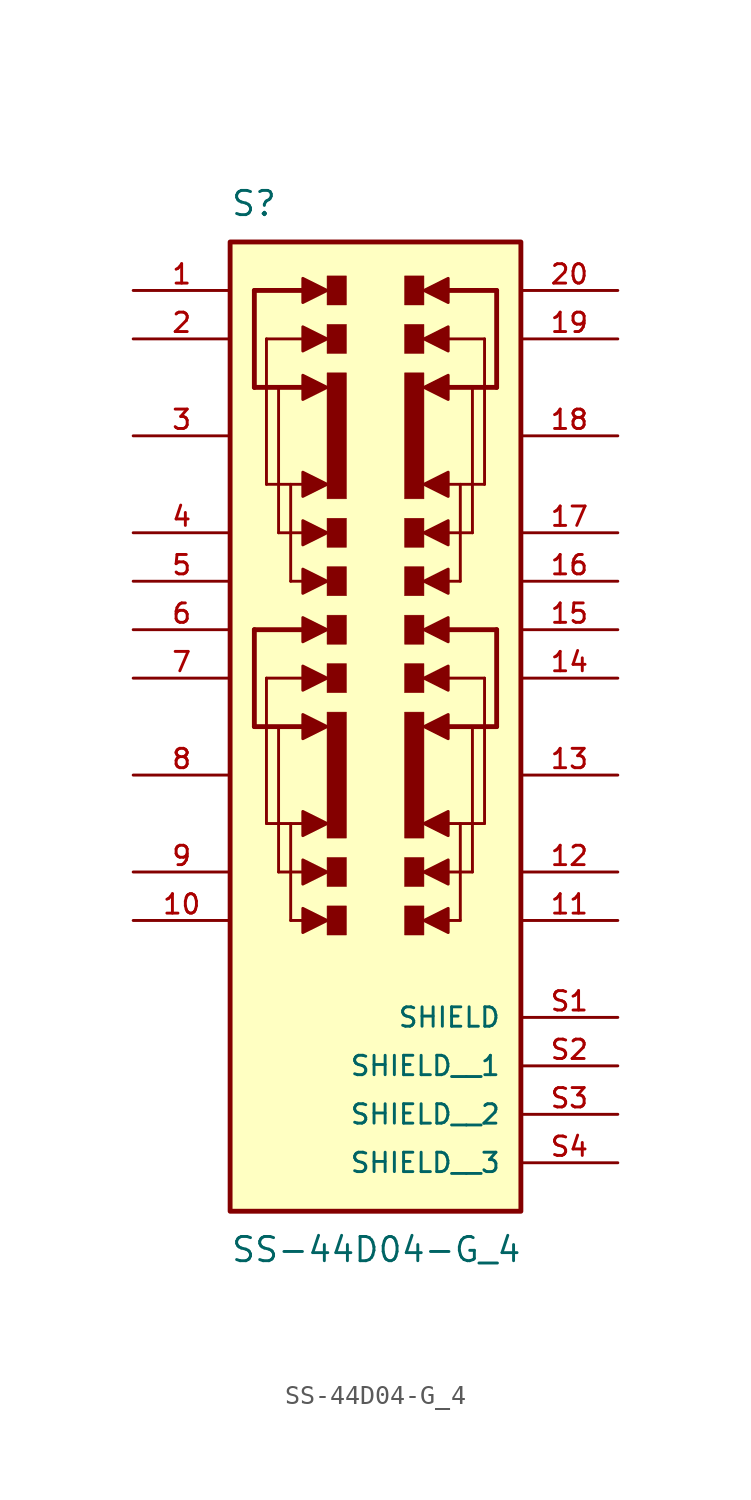
<source format=kicad_sym>
(kicad_symbol_lib
  (version 20211014)
  (generator kicad_symbol_editor)
  (symbol "SS-44D04-G_4"
    (pin_names
      (offset 1.016))
    (property "Reference" "S"
      (at -7.62 21.59 0)
      (effects (font (size 1.27 1.27)) (justify bottom left)))
    (property "Value" "SS-44D04-G_4"
      (at -7.62 -31.75 0)
      (effects (font (size 1.27 1.27)) (justify top left)))
    (symbol "SS-44D04-G_4_0_0"
      (polyline (pts (xy -6.35 12.7) (xy -6.35 17.78)) (stroke (width 0.254)))
      (polyline (pts (xy -6.35 17.78) (xy -3.81 17.78)) (stroke (width 0.254)))
      (polyline (pts (xy -3.81 18.415) (xy -3.81 17.145) (xy -2.54 17.78) (xy -3.81 18.415)) (stroke (width 0.152)) (fill (type outline)))
      (polyline (pts (xy -3.81 15.875) (xy -3.81 14.605) (xy -2.54 15.24) (xy -3.81 15.875)) (stroke (width 0.152)) (fill (type outline)))
      (polyline (pts (xy -6.35 12.7) (xy -3.81 12.7)) (stroke (width 0.254)))
      (polyline (pts (xy -3.81 13.335) (xy -3.81 12.065) (xy -2.54 12.7) (xy -3.81 13.335)) (stroke (width 0.152)) (fill (type outline)))
      (polyline (pts (xy -5.08 12.7) (xy -5.08 5.08)) (stroke (width 0.152)))
      (polyline (pts (xy -5.08 5.08) (xy -3.81 5.08)) (stroke (width 0.152)))
      (polyline (pts (xy -3.81 5.715) (xy -3.81 4.445) (xy -2.54 5.08) (xy -3.81 5.715)) (stroke (width 0.152)) (fill (type outline)))
      (polyline (pts (xy -4.445 7.62) (xy -4.445 2.54)) (stroke (width 0.152)))
      (polyline (pts (xy -4.445 2.54) (xy -3.81 2.54)) (stroke (width 0.152)))
      (polyline (pts (xy -3.81 3.175) (xy -3.81 1.905) (xy -2.54 2.54) (xy -3.81 3.175)) (stroke (width 0.152)) (fill (type outline)))
      (polyline (pts (xy -2.54 13.462) (xy -2.54 6.858) (xy -1.524 6.858) (xy -1.524 13.462) (xy -2.54 13.462)) (stroke (width 0.025)) (fill (type outline)))
      (polyline (pts (xy -5.715 15.24) (xy -3.81 15.24)) (stroke (width 0.152)))
      (polyline (pts (xy -3.81 8.255) (xy -3.81 6.985) (xy -2.54 7.62) (xy -3.81 8.255)) (stroke (width 0.152)) (fill (type outline)))
      (polyline (pts (xy -5.715 15.24) (xy -5.715 7.62)) (stroke (width 0.152)))
      (polyline (pts (xy -5.715 7.62) (xy -3.81 7.62)) (stroke (width 0.152)))
      (polyline (pts (xy -6.35 -5.08) (xy -6.35 0.0)) (stroke (width 0.254)))
      (polyline (pts (xy -6.35 0.0) (xy -3.81 0.0)) (stroke (width 0.254)))
      (polyline (pts (xy -3.81 0.635) (xy -3.81 -0.635) (xy -2.54 0.0) (xy -3.81 0.635)) (stroke (width 0.152)) (fill (type outline)))
      (polyline (pts (xy -3.81 -1.905) (xy -3.81 -3.175) (xy -2.54 -2.54) (xy -3.81 -1.905)) (stroke (width 0.152)) (fill (type outline)))
      (polyline (pts (xy -6.35 -5.08) (xy -3.81 -5.08)) (stroke (width 0.254)))
      (polyline (pts (xy -3.81 -4.445) (xy -3.81 -5.715) (xy -2.54 -5.08) (xy -3.81 -4.445)) (stroke (width 0.152)) (fill (type outline)))
      (polyline (pts (xy -5.08 -5.08) (xy -5.08 -12.7)) (stroke (width 0.152)))
      (polyline (pts (xy -5.08 -12.7) (xy -3.81 -12.7)) (stroke (width 0.152)))
      (polyline (pts (xy -3.81 -12.065) (xy -3.81 -13.335) (xy -2.54 -12.7) (xy -3.81 -12.065)) (stroke (width 0.152)) (fill (type outline)))
      (polyline (pts (xy -4.445 -10.16) (xy -4.445 -15.24)) (stroke (width 0.152)))
      (polyline (pts (xy -4.445 -15.24) (xy -3.81 -15.24)) (stroke (width 0.152)))
      (polyline (pts (xy -3.81 -14.605) (xy -3.81 -15.875) (xy -2.54 -15.24) (xy -3.81 -14.605)) (stroke (width 0.152)) (fill (type outline)))
      (polyline (pts (xy -2.54 -4.318) (xy -2.54 -10.922) (xy -1.524 -10.922) (xy -1.524 -4.318) (xy -2.54 -4.318)) (stroke (width 0.025)) (fill (type outline)))
      (polyline (pts (xy -5.715 -2.54) (xy -3.81 -2.54)) (stroke (width 0.152)))
      (polyline (pts (xy -3.81 -9.525) (xy -3.81 -10.795) (xy -2.54 -10.16) (xy -3.81 -9.525)) (stroke (width 0.152)) (fill (type outline)))
      (polyline (pts (xy -5.715 -2.54) (xy -5.715 -10.16)) (stroke (width 0.152)))
      (polyline (pts (xy -5.715 -10.16) (xy -3.81 -10.16)) (stroke (width 0.152)))
      (polyline (pts (xy 6.35 12.7) (xy 6.35 17.78)) (stroke (width 0.254)))
      (polyline (pts (xy 6.35 17.78) (xy 3.81 17.78)) (stroke (width 0.254)))
      (polyline (pts (xy 6.35 12.7) (xy 3.81 12.7)) (stroke (width 0.254)))
      (polyline (pts (xy 5.08 12.7) (xy 5.08 5.08)) (stroke (width 0.152)))
      (polyline (pts (xy 5.08 5.08) (xy 3.81 5.08)) (stroke (width 0.152)))
      (polyline (pts (xy 4.445 7.62) (xy 4.445 2.54)) (stroke (width 0.152)))
      (polyline (pts (xy 4.445 2.54) (xy 3.81 2.54)) (stroke (width 0.152)))
      (polyline (pts (xy 5.715 15.24) (xy 3.81 15.24)) (stroke (width 0.152)))
      (polyline (pts (xy 5.715 15.24) (xy 5.715 7.62)) (stroke (width 0.152)))
      (polyline (pts (xy 5.715 7.62) (xy 3.81 7.62)) (stroke (width 0.152)))
      (polyline (pts (xy 6.35 -5.08) (xy 6.35 0.0)) (stroke (width 0.254)))
      (polyline (pts (xy 6.35 0.0) (xy 3.81 0.0)) (stroke (width 0.254)))
      (polyline (pts (xy 6.35 -5.08) (xy 3.81 -5.08)) (stroke (width 0.254)))
      (polyline (pts (xy 5.08 -5.08) (xy 5.08 -12.7)) (stroke (width 0.152)))
      (polyline (pts (xy 5.08 -12.7) (xy 3.81 -12.7)) (stroke (width 0.152)))
      (polyline (pts (xy 4.445 -10.16) (xy 4.445 -15.24)) (stroke (width 0.152)))
      (polyline (pts (xy 4.445 -15.24) (xy 3.81 -15.24)) (stroke (width 0.152)))
      (polyline (pts (xy 5.715 -2.54) (xy 3.81 -2.54)) (stroke (width 0.152)))
      (polyline (pts (xy 5.715 -2.54) (xy 5.715 -10.16)) (stroke (width 0.152)))
      (polyline (pts (xy 5.715 -10.16) (xy 3.81 -10.16)) (stroke (width 0.152)))
      (polyline (pts (xy -2.54 18.542) (xy -2.54 17.018) (xy -1.524 17.018) (xy -1.524 18.542) (xy -2.54 18.542)) (stroke (width 0.025)) (fill (type outline)))
      (polyline (pts (xy -2.54 16.002) (xy -2.54 14.478) (xy -1.524 14.478) (xy -1.524 16.002) (xy -2.54 16.002)) (stroke (width 0.025)) (fill (type outline)))
      (polyline (pts (xy -2.54 5.842) (xy -2.54 4.318) (xy -1.524 4.318) (xy -1.524 5.842) (xy -2.54 5.842)) (stroke (width 0.025)) (fill (type outline)))
      (polyline (pts (xy -2.54 3.302) (xy -2.54 1.778) (xy -1.524 1.778) (xy -1.524 3.302) (xy -2.54 3.302)) (stroke (width 0.025)) (fill (type outline)))
      (polyline (pts (xy -2.54 0.762) (xy -2.54 -0.762) (xy -1.524 -0.762) (xy -1.524 0.762) (xy -2.54 0.762)) (stroke (width 0.025)) (fill (type outline)))
      (polyline (pts (xy -2.54 -1.778) (xy -2.54 -3.302) (xy -1.524 -3.302) (xy -1.524 -1.778) (xy -2.54 -1.778)) (stroke (width 0.025)) (fill (type outline)))
      (polyline (pts (xy -2.54 -11.938) (xy -2.54 -13.462) (xy -1.524 -13.462) (xy -1.524 -11.938) (xy -2.54 -11.938)) (stroke (width 0.025)) (fill (type outline)))
      (polyline (pts (xy -2.54 -14.478) (xy -2.54 -16.002) (xy -1.524 -16.002) (xy -1.524 -14.478) (xy -2.54 -14.478)) (stroke (width 0.025)) (fill (type outline)))
      (polyline (pts (xy 3.81 18.415) (xy 3.81 17.145) (xy 2.54 17.78) (xy 3.81 18.415)) (stroke (width 0.152)) (fill (type outline)))
      (polyline (pts (xy 3.81 15.875) (xy 3.81 14.605) (xy 2.54 15.24) (xy 3.81 15.875)) (stroke (width 0.152)) (fill (type outline)))
      (polyline (pts (xy 3.81 13.335) (xy 3.81 12.065) (xy 2.54 12.7) (xy 3.81 13.335)) (stroke (width 0.152)) (fill (type outline)))
      (polyline (pts (xy 3.81 5.715) (xy 3.81 4.445) (xy 2.54 5.08) (xy 3.81 5.715)) (stroke (width 0.152)) (fill (type outline)))
      (polyline (pts (xy 3.81 3.175) (xy 3.81 1.905) (xy 2.54 2.54) (xy 3.81 3.175)) (stroke (width 0.152)) (fill (type outline)))
      (polyline (pts (xy 2.54 13.462) (xy 2.54 6.858) (xy 1.524 6.858) (xy 1.524 13.462) (xy 2.54 13.462)) (stroke (width 0.025)) (fill (type outline)))
      (polyline (pts (xy 3.81 8.255) (xy 3.81 6.985) (xy 2.54 7.62) (xy 3.81 8.255)) (stroke (width 0.152)) (fill (type outline)))
      (polyline (pts (xy 3.81 0.635) (xy 3.81 -0.635) (xy 2.54 0.0) (xy 3.81 0.635)) (stroke (width 0.152)) (fill (type outline)))
      (polyline (pts (xy 3.81 -1.905) (xy 3.81 -3.175) (xy 2.54 -2.54) (xy 3.81 -1.905)) (stroke (width 0.152)) (fill (type outline)))
      (polyline (pts (xy 3.81 -4.445) (xy 3.81 -5.715) (xy 2.54 -5.08) (xy 3.81 -4.445)) (stroke (width 0.152)) (fill (type outline)))
      (polyline (pts (xy 3.81 -12.065) (xy 3.81 -13.335) (xy 2.54 -12.7) (xy 3.81 -12.065)) (stroke (width 0.152)) (fill (type outline)))
      (polyline (pts (xy 3.81 -14.605) (xy 3.81 -15.875) (xy 2.54 -15.24) (xy 3.81 -14.605)) (stroke (width 0.152)) (fill (type outline)))
      (polyline (pts (xy 2.54 -4.318) (xy 2.54 -10.922) (xy 1.524 -10.922) (xy 1.524 -4.318) (xy 2.54 -4.318)) (stroke (width 0.025)) (fill (type outline)))
      (polyline (pts (xy 3.81 -9.525) (xy 3.81 -10.795) (xy 2.54 -10.16) (xy 3.81 -9.525)) (stroke (width 0.152)) (fill (type outline)))
      (polyline (pts (xy 2.54 18.542) (xy 2.54 17.018) (xy 1.524 17.018) (xy 1.524 18.542) (xy 2.54 18.542)) (stroke (width 0.025)) (fill (type outline)))
      (polyline (pts (xy 2.54 16.002) (xy 2.54 14.478) (xy 1.524 14.478) (xy 1.524 16.002) (xy 2.54 16.002)) (stroke (width 0.025)) (fill (type outline)))
      (polyline (pts (xy 2.54 5.842) (xy 2.54 4.318) (xy 1.524 4.318) (xy 1.524 5.842) (xy 2.54 5.842)) (stroke (width 0.025)) (fill (type outline)))
      (polyline (pts (xy 2.54 3.302) (xy 2.54 1.778) (xy 1.524 1.778) (xy 1.524 3.302) (xy 2.54 3.302)) (stroke (width 0.025)) (fill (type outline)))
      (polyline (pts (xy 2.54 0.762) (xy 2.54 -0.762) (xy 1.524 -0.762) (xy 1.524 0.762) (xy 2.54 0.762)) (stroke (width 0.025)) (fill (type outline)))
      (polyline (pts (xy 2.54 -1.778) (xy 2.54 -3.302) (xy 1.524 -3.302) (xy 1.524 -1.778) (xy 2.54 -1.778)) (stroke (width 0.025)) (fill (type outline)))
      (polyline (pts (xy 2.54 -11.938) (xy 2.54 -13.462) (xy 1.524 -13.462) (xy 1.524 -11.938) (xy 2.54 -11.938)) (stroke (width 0.025)) (fill (type outline)))
      (polyline (pts (xy 2.54 -14.478) (xy 2.54 -16.002) (xy 1.524 -16.002) (xy 1.524 -14.478) (xy 2.54 -14.478)) (stroke (width 0.025)) (fill (type outline)))
      (rectangle (start -7.62 -30.48) (end 7.62 20.32) (stroke (width 0.254)) (fill (type background)))
      (pin passive line (at -12.7 17.78 0) (length 5.08) (name "~" (effects (font (size 1.016 1.016)))) (number "1" (effects (font (size 1.016 1.016)))))
      (pin passive line (at -12.7 15.24 0) (length 5.08) (name "~" (effects (font (size 1.016 1.016)))) (number "2" (effects (font (size 1.016 1.016)))))
      (pin passive line (at -12.7 10.16 0) (length 5.08) (name "~" (effects (font (size 1.016 1.016)))) (number "3" (effects (font (size 1.016 1.016)))))
      (pin passive line (at -12.7 5.08 0) (length 5.08) (name "~" (effects (font (size 1.016 1.016)))) (number "4" (effects (font (size 1.016 1.016)))))
      (pin passive line (at -12.7 2.54 0) (length 5.08) (name "~" (effects (font (size 1.016 1.016)))) (number "5" (effects (font (size 1.016 1.016)))))
      (pin passive line (at -12.7 0.0 0) (length 5.08) (name "~" (effects (font (size 1.016 1.016)))) (number "6" (effects (font (size 1.016 1.016)))))
      (pin passive line (at -12.7 -2.54 0) (length 5.08) (name "~" (effects (font (size 1.016 1.016)))) (number "7" (effects (font (size 1.016 1.016)))))
      (pin passive line (at -12.7 -7.62 0) (length 5.08) (name "~" (effects (font (size 1.016 1.016)))) (number "8" (effects (font (size 1.016 1.016)))))
      (pin passive line (at -12.7 -12.7 0) (length 5.08) (name "~" (effects (font (size 1.016 1.016)))) (number "9" (effects (font (size 1.016 1.016)))))
      (pin passive line (at -12.7 -15.24 0) (length 5.08) (name "~" (effects (font (size 1.016 1.016)))) (number "10" (effects (font (size 1.016 1.016)))))
      (pin passive line (at 12.7 -15.24 180.0) (length 5.08) (name "~" (effects (font (size 1.016 1.016)))) (number "11" (effects (font (size 1.016 1.016)))))
      (pin passive line (at 12.7 -12.7 180.0) (length 5.08) (name "~" (effects (font (size 1.016 1.016)))) (number "12" (effects (font (size 1.016 1.016)))))
      (pin passive line (at 12.7 -7.62 180.0) (length 5.08) (name "~" (effects (font (size 1.016 1.016)))) (number "13" (effects (font (size 1.016 1.016)))))
      (pin passive line (at 12.7 -2.54 180.0) (length 5.08) (name "~" (effects (font (size 1.016 1.016)))) (number "14" (effects (font (size 1.016 1.016)))))
      (pin passive line (at 12.7 0.0 180.0) (length 5.08) (name "~" (effects (font (size 1.016 1.016)))) (number "15" (effects (font (size 1.016 1.016)))))
      (pin passive line (at 12.7 2.54 180.0) (length 5.08) (name "~" (effects (font (size 1.016 1.016)))) (number "16" (effects (font (size 1.016 1.016)))))
      (pin passive line (at 12.7 5.08 180.0) (length 5.08) (name "~" (effects (font (size 1.016 1.016)))) (number "17" (effects (font (size 1.016 1.016)))))
      (pin passive line (at 12.7 10.16 180.0) (length 5.08) (name "~" (effects (font (size 1.016 1.016)))) (number "18" (effects (font (size 1.016 1.016)))))
      (pin passive line (at 12.7 15.24 180.0) (length 5.08) (name "~" (effects (font (size 1.016 1.016)))) (number "19" (effects (font (size 1.016 1.016)))))
      (pin passive line (at 12.7 17.78 180.0) (length 5.08) (name "~" (effects (font (size 1.016 1.016)))) (number "20" (effects (font (size 1.016 1.016)))))
      (pin passive line (at 12.7 -20.32 180.0) (length 5.08) (name "SHIELD" (effects (font (size 1.016 1.016)))) (number "S1" (effects (font (size 1.016 1.016)))))
      (pin passive line (at 12.7 -22.86 180.0) (length 5.08) (name "SHIELD__1" (effects (font (size 1.016 1.016)))) (number "S2" (effects (font (size 1.016 1.016)))))
      (pin passive line (at 12.7 -25.4 180.0) (length 5.08) (name "SHIELD__2" (effects (font (size 1.016 1.016)))) (number "S3" (effects (font (size 1.016 1.016)))))
      (pin passive line (at 12.7 -27.94 180.0) (length 5.08) (name "SHIELD__3" (effects (font (size 1.016 1.016)))) (number "S4" (effects (font (size 1.016 1.016))))))))
</source>
